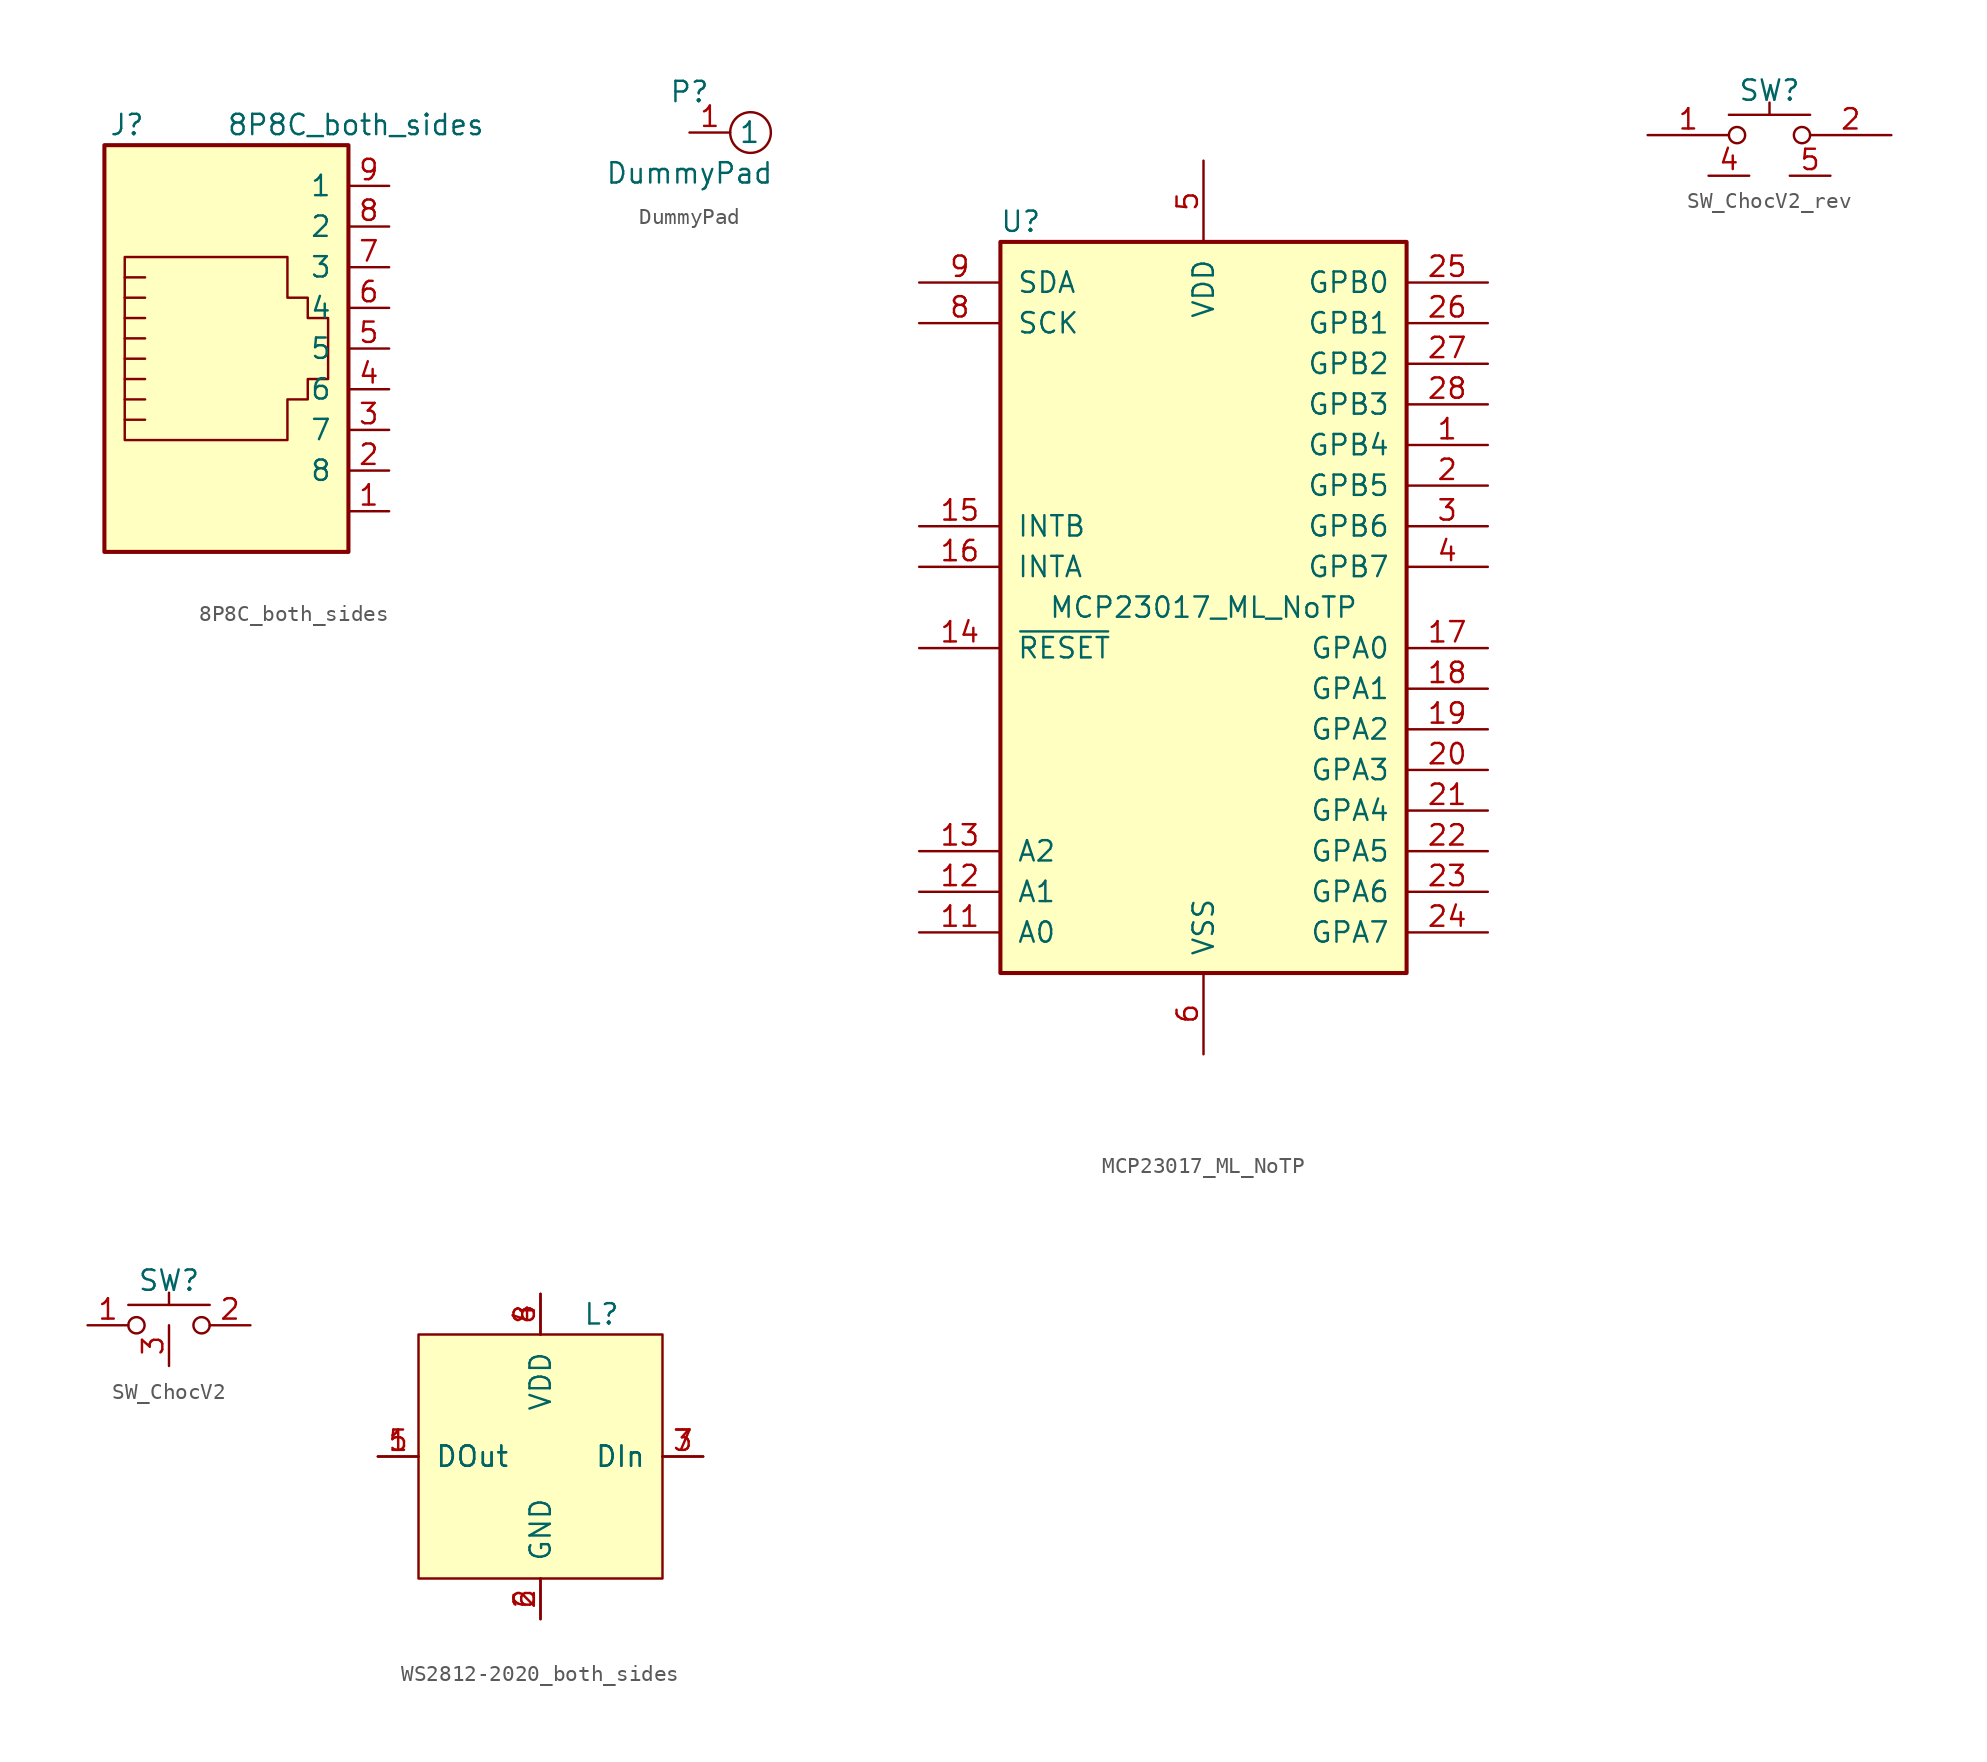
<source format=kicad_sym>
(kicad_symbol_lib
  (version 20211014)
  (generator kicad_symbol_editor)
  (symbol "8P8C_both_sides"
    (pin_names
      (offset 1.016))
    (property "Reference" "J"
      (at -5.08 15.24 0)
      (effects (font (size 1.27 1.27)) (justify right)))
    (property "Value" "8P8C_both_sides"
      (at 0 15.24 0)
      (effects (font (size 1.27 1.27)) (justify left)))
    (symbol "8P8C_both_sides_0_1"
      (rectangle (start -7.62 13.97) (end 7.62 -11.43) (stroke (width 0.254) (type default) (color 0 0 0 0)) (fill (type background)))
      (polyline (pts (xy -5.08 4.445) (xy -6.35 4.445)) (stroke (width 0) (type default) (color 0 0 0 0)) (fill (type none)))
      (polyline (pts (xy -5.08 5.715) (xy -6.35 5.715)) (stroke (width 0) (type default) (color 0 0 0 0)) (fill (type none)))
      (polyline (pts (xy -6.35 -3.175) (xy -5.08 -3.175) (xy -5.08 -3.175)) (stroke (width 0) (type default) (color 0 0 0 0)) (fill (type none)))
      (polyline (pts (xy -6.35 -1.905) (xy -5.08 -1.905) (xy -5.08 -1.905)) (stroke (width 0) (type default) (color 0 0 0 0)) (fill (type none)))
      (polyline (pts (xy -6.35 -0.635) (xy -5.08 -0.635) (xy -5.08 -0.635)) (stroke (width 0) (type default) (color 0 0 0 0)) (fill (type none)))
      (polyline (pts (xy -6.35 0.635) (xy -5.08 0.635) (xy -5.08 0.635)) (stroke (width 0) (type default) (color 0 0 0 0)) (fill (type none)))
      (polyline (pts (xy -6.35 1.905) (xy -5.08 1.905) (xy -5.08 1.905)) (stroke (width 0) (type default) (color 0 0 0 0)) (fill (type none)))
      (polyline (pts (xy -5.08 3.175) (xy -6.35 3.175) (xy -6.35 3.175)) (stroke (width 0) (type default) (color 0 0 0 0)) (fill (type none)))
      (polyline (pts (xy -6.35 -4.445) (xy -6.35 6.985) (xy 3.81 6.985) (xy 3.81 4.445) (xy 5.08 4.445) (xy 5.08 3.175) (xy 6.35 3.175) (xy 6.35 -0.635) (xy 5.08 -0.635) (xy 5.08 -1.905) (xy 3.81 -1.905) (xy 3.81 -4.445) (xy -6.35 -4.445) (xy -6.35 -4.445)) (stroke (width 0) (type default) (color 0 0 0 0)) (fill (type none))))
    (symbol "8P8C_both_sides_1_1"
      (pin passive line (at 10.16 -8.89 180) (length 2.54) (name "~" (effects (font (size 1.27 1.27)))) (number "1" (effects (font (size 1.27 1.27)))))
      (pin passive line (at 10.16 -6.35 180) (length 2.54) (name "8" (effects (font (size 1.27 1.27)))) (number "2" (effects (font (size 1.27 1.27)))))
      (pin passive line (at 10.16 -3.81 180) (length 2.54) (name "7" (effects (font (size 1.27 1.27)))) (number "3" (effects (font (size 1.27 1.27)))))
      (pin passive line (at 10.16 -1.27 180) (length 2.54) (name "6" (effects (font (size 1.27 1.27)))) (number "4" (effects (font (size 1.27 1.27)))))
      (pin passive line (at 10.16 1.27 180) (length 2.54) (name "5" (effects (font (size 1.27 1.27)))) (number "5" (effects (font (size 1.27 1.27)))))
      (pin passive line (at 10.16 3.81 180) (length 2.54) (name "4" (effects (font (size 1.27 1.27)))) (number "6" (effects (font (size 1.27 1.27)))))
      (pin passive line (at 10.16 6.35 180) (length 2.54) (name "3" (effects (font (size 1.27 1.27)))) (number "7" (effects (font (size 1.27 1.27)))))
      (pin passive line (at 10.16 8.89 180) (length 2.54) (name "2" (effects (font (size 1.27 1.27)))) (number "8" (effects (font (size 1.27 1.27)))))
      (pin passive line (at 10.16 11.43 180) (length 2.54) (name "1" (effects (font (size 1.27 1.27)))) (number "9" (effects (font (size 1.27 1.27)))))))
  (symbol "DummyPad"
    (property "Reference" "P"
      (at 0 0 0)
      (effects (font (size 1.27 1.27))))
    (property "Value" "DummyPad"
      (at 0 -5.08 0)
      (effects (font (size 1.27 1.27))))
    (symbol "DummyPad_0_1"
      (circle (center 3.81 -2.54) (radius 1.27) (stroke (width 0) (type default) (color 0 0 0 0)) (fill (type none))))
    (symbol "DummyPad_1_1"
      (pin input line (at 0 -2.54 0) (length 2.54) (name "1" (effects (font (size 1.27 1.27)))) (number "1" (effects (font (size 1.27 1.27)))))))
  (symbol "MCP23017_ML_NoTP"
    (pin_names
      (offset 1.016))
    (property "Reference" "U"
      (at -11.43 24.13 0)
      (effects (font (size 1.27 1.27))))
    (property "Value" "MCP23017_ML_NoTP"
      (at 0 0 0)
      (effects (font (size 1.27 1.27))))
    (symbol "MCP23017_ML_NoTP_0_1"
      (rectangle (start -12.7 22.86) (end 12.7 -22.86) (stroke (width 0.254) (type default) (color 0 0 0 0)) (fill (type background))))
    (symbol "MCP23017_ML_NoTP_1_1"
      (pin bidirectional line (at 17.78 10.16 180) (length 5.08) (name "GPB4" (effects (font (size 1.27 1.27)))) (number "1" (effects (font (size 1.27 1.27)))))
      (pin no_connect line (at -12.7 12.7 0) (length 5.08) hide (name "NC" (effects (font (size 1.27 1.27)))) (number "10" (effects (font (size 1.27 1.27)))))
      (pin input line (at -17.78 -20.32 0) (length 5.08) (name "A0" (effects (font (size 1.27 1.27)))) (number "11" (effects (font (size 1.27 1.27)))))
      (pin input line (at -17.78 -17.78 0) (length 5.08) (name "A1" (effects (font (size 1.27 1.27)))) (number "12" (effects (font (size 1.27 1.27)))))
      (pin input line (at -17.78 -15.24 0) (length 5.08) (name "A2" (effects (font (size 1.27 1.27)))) (number "13" (effects (font (size 1.27 1.27)))))
      (pin input line (at -17.78 -2.54 0) (length 5.08) (name "~{RESET}" (effects (font (size 1.27 1.27)))) (number "14" (effects (font (size 1.27 1.27)))))
      (pin tri_state line (at -17.78 5.08 0) (length 5.08) (name "INTB" (effects (font (size 1.27 1.27)))) (number "15" (effects (font (size 1.27 1.27)))))
      (pin tri_state line (at -17.78 2.54 0) (length 5.08) (name "INTA" (effects (font (size 1.27 1.27)))) (number "16" (effects (font (size 1.27 1.27)))))
      (pin bidirectional line (at 17.78 -2.54 180) (length 5.08) (name "GPA0" (effects (font (size 1.27 1.27)))) (number "17" (effects (font (size 1.27 1.27)))))
      (pin bidirectional line (at 17.78 -5.08 180) (length 5.08) (name "GPA1" (effects (font (size 1.27 1.27)))) (number "18" (effects (font (size 1.27 1.27)))))
      (pin bidirectional line (at 17.78 -7.62 180) (length 5.08) (name "GPA2" (effects (font (size 1.27 1.27)))) (number "19" (effects (font (size 1.27 1.27)))))
      (pin bidirectional line (at 17.78 7.62 180) (length 5.08) (name "GPB5" (effects (font (size 1.27 1.27)))) (number "2" (effects (font (size 1.27 1.27)))))
      (pin bidirectional line (at 17.78 -10.16 180) (length 5.08) (name "GPA3" (effects (font (size 1.27 1.27)))) (number "20" (effects (font (size 1.27 1.27)))))
      (pin bidirectional line (at 17.78 -12.7 180) (length 5.08) (name "GPA4" (effects (font (size 1.27 1.27)))) (number "21" (effects (font (size 1.27 1.27)))))
      (pin bidirectional line (at 17.78 -15.24 180) (length 5.08) (name "GPA5" (effects (font (size 1.27 1.27)))) (number "22" (effects (font (size 1.27 1.27)))))
      (pin bidirectional line (at 17.78 -17.78 180) (length 5.08) (name "GPA6" (effects (font (size 1.27 1.27)))) (number "23" (effects (font (size 1.27 1.27)))))
      (pin bidirectional line (at 17.78 -20.32 180) (length 5.08) (name "GPA7" (effects (font (size 1.27 1.27)))) (number "24" (effects (font (size 1.27 1.27)))))
      (pin bidirectional line (at 17.78 20.32 180) (length 5.08) (name "GPB0" (effects (font (size 1.27 1.27)))) (number "25" (effects (font (size 1.27 1.27)))))
      (pin bidirectional line (at 17.78 17.78 180) (length 5.08) (name "GPB1" (effects (font (size 1.27 1.27)))) (number "26" (effects (font (size 1.27 1.27)))))
      (pin bidirectional line (at 17.78 15.24 180) (length 5.08) (name "GPB2" (effects (font (size 1.27 1.27)))) (number "27" (effects (font (size 1.27 1.27)))))
      (pin bidirectional line (at 17.78 12.7 180) (length 5.08) (name "GPB3" (effects (font (size 1.27 1.27)))) (number "28" (effects (font (size 1.27 1.27)))))
      (pin bidirectional line (at 17.78 5.08 180) (length 5.08) (name "GPB6" (effects (font (size 1.27 1.27)))) (number "3" (effects (font (size 1.27 1.27)))))
      (pin bidirectional line (at 17.78 2.54 180) (length 5.08) (name "GPB7" (effects (font (size 1.27 1.27)))) (number "4" (effects (font (size 1.27 1.27)))))
      (pin power_in line (at 0 27.94 270) (length 5.08) (name "VDD" (effects (font (size 1.27 1.27)))) (number "5" (effects (font (size 1.27 1.27)))))
      (pin power_in line (at 0 -27.94 90) (length 5.08) (name "VSS" (effects (font (size 1.27 1.27)))) (number "6" (effects (font (size 1.27 1.27)))))
      (pin no_connect line (at -12.7 15.24 0) (length 5.08) hide (name "NC" (effects (font (size 1.27 1.27)))) (number "7" (effects (font (size 1.27 1.27)))))
      (pin input line (at -17.78 17.78 0) (length 5.08) (name "SCK" (effects (font (size 1.27 1.27)))) (number "8" (effects (font (size 1.27 1.27)))))
      (pin bidirectional line (at -17.78 20.32 0) (length 5.08) (name "SDA" (effects (font (size 1.27 1.27)))) (number "9" (effects (font (size 1.27 1.27)))))))
  (symbol "SW_ChocV2_rev"
    (property "Reference" "SW"
      (at 0 2.794 0)
      (effects (font (size 1.27 1.27))))
    (symbol "SW_ChocV2_rev_0_1"
      (circle (center -2.032 0) (radius 0.508) (stroke (width 0) (type default) (color 0 0 0 0)) (fill (type none)))
      (polyline (pts (xy -2.54 1.27) (xy 2.54 1.27)) (stroke (width 0) (type default) (color 0 0 0 0)) (fill (type none)))
      (polyline (pts (xy 0 1.27) (xy 0 2.032)) (stroke (width 0) (type default) (color 0 0 0 0)) (fill (type none)))
      (circle (center 2.032 0) (radius 0.508) (stroke (width 0) (type default) (color 0 0 0 0)) (fill (type none))))
    (symbol "SW_ChocV2_rev_1_1"
      (pin passive line (at -7.62 0 0) (length 5.08) (name "" (effects (font (size 1.27 1.27)))) (number "1" (effects (font (size 1.27 1.27)))))
      (pin passive line (at 7.62 0 180) (length 5.08) (name "" (effects (font (size 1.27 1.27)))) (number "2" (effects (font (size 1.27 1.27)))))
      (pin passive line (at 7.62 0 180) (length 5.08) hide (name "" (effects (font (size 1.27 1.27)))) (number "3" (effects (font (size 1.27 1.27)))))
      (pin free line (at -3.81 -2.54 0) (length 2.54) (name "" (effects (font (size 1.27 1.27)))) (number "4" (effects (font (size 1.27 1.27)))))
      (pin free line (at 3.81 -2.54 180) (length 2.54) (name "" (effects (font (size 1.27 1.27)))) (number "5" (effects (font (size 1.27 1.27)))))))
  (symbol "SW_ChocV2"
    (property "Reference" "SW"
      (at 0 2.794 0)
      (effects (font (size 1.27 1.27))))
    (symbol "SW_ChocV2_0_1"
      (circle (center -2.032 0) (radius 0.508) (stroke (width 0) (type default) (color 0 0 0 0)) (fill (type none)))
      (polyline (pts (xy -2.54 1.27) (xy 2.54 1.27)) (stroke (width 0) (type default) (color 0 0 0 0)) (fill (type none)))
      (polyline (pts (xy 0 1.27) (xy 0 2.032)) (stroke (width 0) (type default) (color 0 0 0 0)) (fill (type none)))
      (circle (center 2.032 0) (radius 0.508) (stroke (width 0) (type default) (color 0 0 0 0)) (fill (type none))))
    (symbol "SW_ChocV2_1_1"
      (pin passive line (at -5.08 0 0) (length 2.54) (name "" (effects (font (size 1.27 1.27)))) (number "1" (effects (font (size 1.27 1.27)))))
      (pin passive line (at 5.08 0 180) (length 2.54) (name "" (effects (font (size 1.27 1.27)))) (number "2" (effects (font (size 1.27 1.27)))))
      (pin free line (at 0 -2.54 90) (length 2.54) (name "" (effects (font (size 1.27 1.27)))) (number "3" (effects (font (size 1.27 1.27)))))))
  (symbol "WS2812-2020_both_sides"
    (pin_names
      (offset 1.016))
    (property "Reference" "L"
      (at 3.81 8.89 0)
      (effects (font (size 1.27 1.27))))
    (symbol "WS2812-2020_both_sides_0_1"
      (rectangle (start -7.62 7.62) (end 7.62 -7.62) (stroke (width 0) (type default) (color 0 0 0 0)) (fill (type background))))
    (symbol "WS2812-2020_both_sides_1_1"
      (pin output line (at -10.16 0 0) (length 2.54) (name "DOut" (effects (font (size 1.27 1.27)))) (number "1" (effects (font (size 1.27 1.27)))))
      (pin power_in line (at 0 -10.16 90) (length 2.54) (name "GND" (effects (font (size 1.27 1.27)))) (number "2" (effects (font (size 1.27 1.27)))))
      (pin input line (at 10.16 0 180) (length 2.54) (name "DIn" (effects (font (size 1.27 1.27)))) (number "3" (effects (font (size 1.27 1.27)))))
      (pin power_in line (at 0 10.16 270) (length 2.54) (name "VDD" (effects (font (size 1.27 1.27)))) (number "4" (effects (font (size 1.27 1.27)))))
      (pin passive line (at -10.16 0 0) (length 2.54) (name "DOut" (effects (font (size 1.27 1.27)))) (number "5" (effects (font (size 1.27 1.27)))))
      (pin power_in line (at 0 -10.16 90) (length 2.54) (name "" (effects (font (size 1.27 1.27)))) (number "6" (effects (font (size 1.27 1.27)))))
      (pin input line (at 10.16 0 180) (length 2.54) (name "DIn" (effects (font (size 1.27 1.27)))) (number "7" (effects (font (size 1.27 1.27)))))
      (pin power_in line (at 0 10.16 270) (length 2.54) (name "" (effects (font (size 1.27 1.27)))) (number "8" (effects (font (size 1.27 1.27))))))))
</source>
